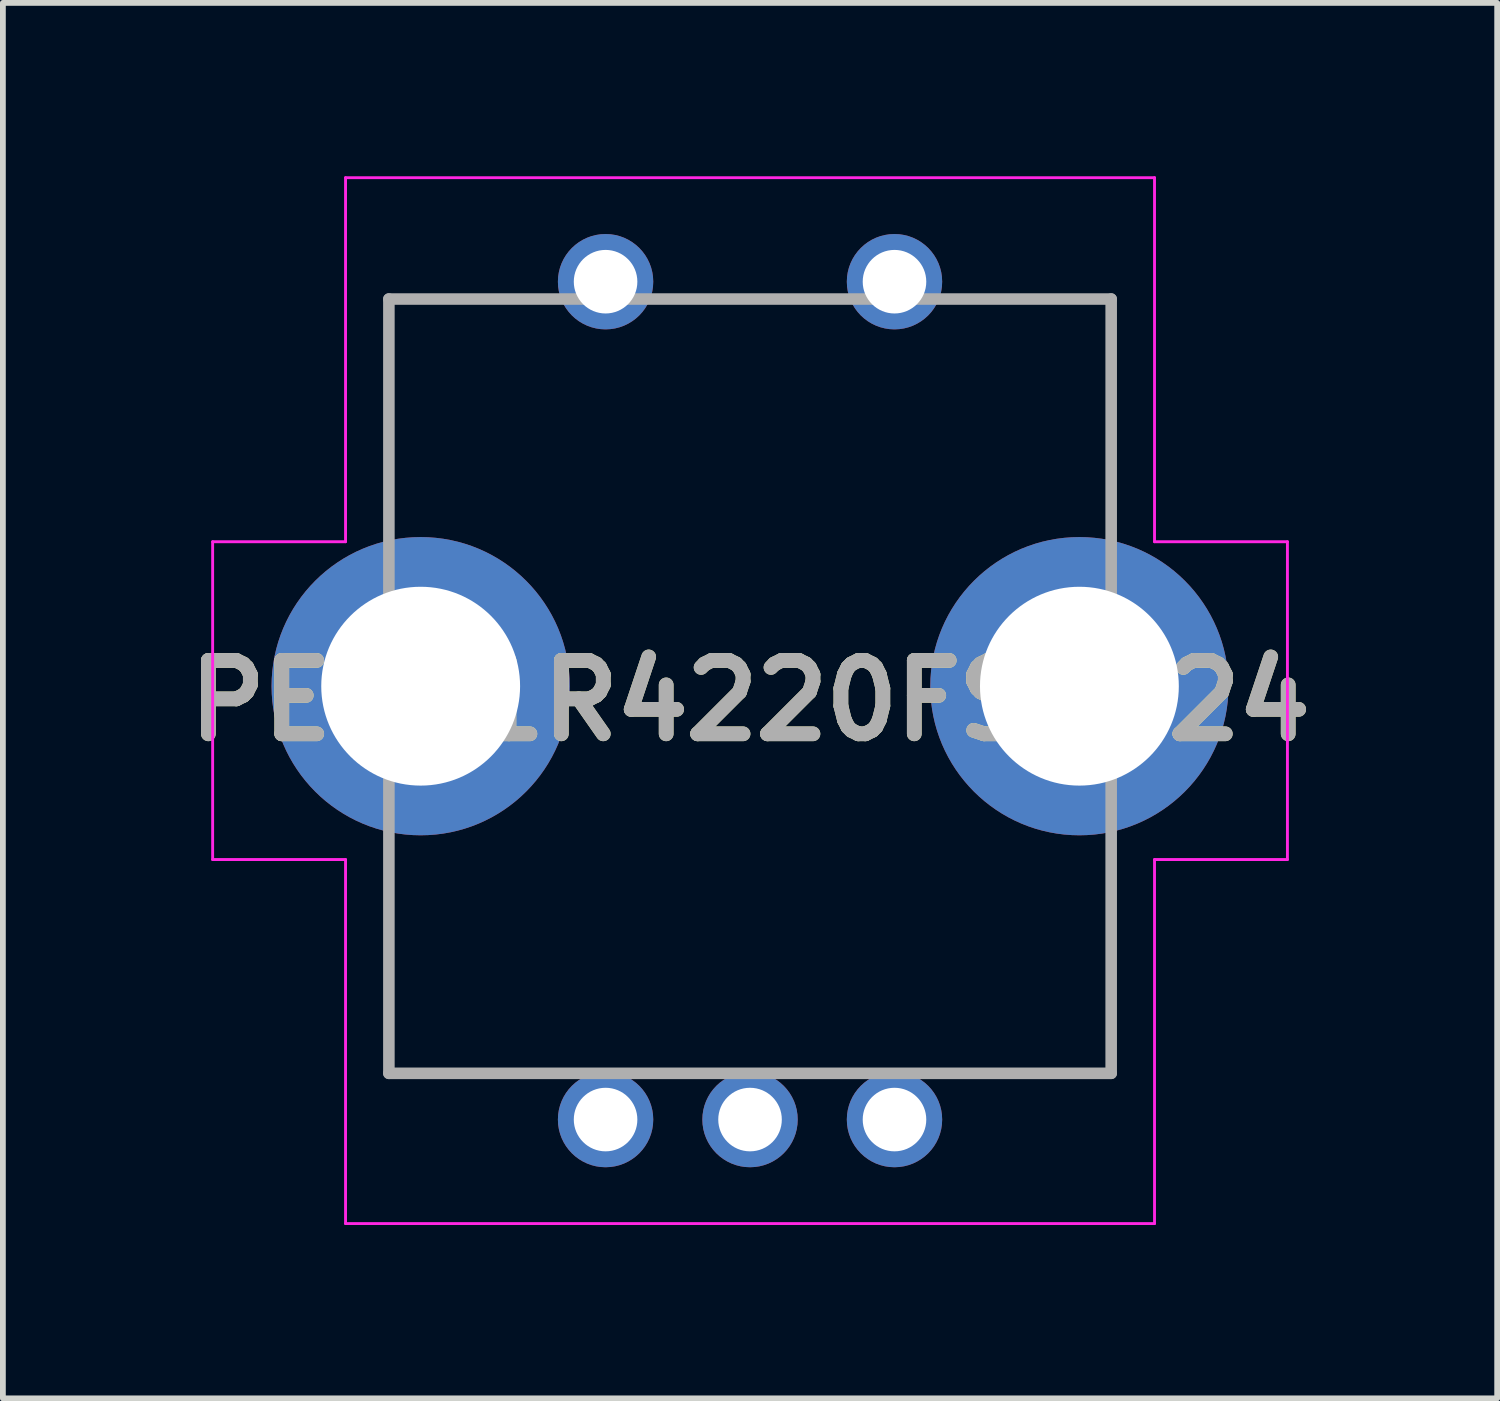
<source format=kicad_pcb>
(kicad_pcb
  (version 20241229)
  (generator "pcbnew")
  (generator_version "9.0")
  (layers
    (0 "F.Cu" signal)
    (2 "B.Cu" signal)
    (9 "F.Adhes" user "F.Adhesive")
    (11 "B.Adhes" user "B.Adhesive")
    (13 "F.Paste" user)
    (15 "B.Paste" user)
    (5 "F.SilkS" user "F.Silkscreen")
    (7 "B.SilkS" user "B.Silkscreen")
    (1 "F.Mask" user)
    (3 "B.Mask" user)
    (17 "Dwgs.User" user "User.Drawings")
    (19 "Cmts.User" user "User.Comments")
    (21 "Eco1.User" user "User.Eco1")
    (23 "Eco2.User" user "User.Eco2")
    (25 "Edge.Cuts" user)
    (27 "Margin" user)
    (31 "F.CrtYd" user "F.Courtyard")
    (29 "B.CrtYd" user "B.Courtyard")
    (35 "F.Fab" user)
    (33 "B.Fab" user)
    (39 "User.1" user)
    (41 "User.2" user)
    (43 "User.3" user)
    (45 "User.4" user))
  (footprint "PEC11R4220FS0024"
    (layer "F.Cu")
    (at 7.43 1.825)
    (property "Reference" "PEC11R4220FS0024" (at 2.5 7.25 0) (layer "F.SilkS") (effects (font (size 1.27 1.27) (thickness 0.254))))
    (attr through_hole)
    (fp_line (start -3.75 0.3) (end -1.5 0.3) (stroke (width 0.1) (type solid)) (layer "F.SilkS"))
    (fp_line (start -3.75 4) (end -3.75 0.3) (stroke (width 0.1) (type solid)) (layer "F.SilkS"))
    (fp_line (start -3.75 10) (end -3.75 13.7) (stroke (width 0.1) (type solid)) (layer "F.SilkS"))
    (fp_line (start -3.75 13.7) (end -1.5 13.7) (stroke (width 0.1) (type solid)) (layer "F.SilkS"))
    (fp_line (start 6.5 0.3) (end 8.75 0.3) (stroke (width 0.1) (type solid)) (layer "F.SilkS"))
    (fp_line (start 6.5 13.7) (end 8.75 13.7) (stroke (width 0.1) (type solid)) (layer "F.SilkS"))
    (fp_line (start 8.75 0.3) (end 8.75 4) (stroke (width 0.1) (type solid)) (layer "F.SilkS"))
    (fp_line (start 8.75 13.7) (end 8.75 10) (stroke (width 0.1) (type solid)) (layer "F.SilkS"))
    (fp_line (start -6.8 4.5) (end -4.5 4.5) (stroke (width 0.05) (type default)) (layer "F.CrtYd"))
    (fp_line (start -6.8 10) (end -6.8 4.5) (stroke (width 0.05) (type default)) (layer "F.CrtYd"))
    (fp_line (start -6.8 10) (end -4.5 10) (stroke (width 0.05) (type default)) (layer "F.CrtYd"))
    (fp_line (start -4.5 -1.8) (end 9.5 -1.8) (stroke (width 0.05) (type default)) (layer "F.CrtYd"))
    (fp_line (start -4.5 4.5) (end -4.5 -1.8) (stroke (width 0.05) (type default)) (layer "F.CrtYd"))
    (fp_line (start -4.5 10) (end -4.5 16.3) (stroke (width 0.05) (type default)) (layer "F.CrtYd"))
    (fp_line (start 9.5 4.5) (end 9.5 -1.8) (stroke (width 0.05) (type default)) (layer "F.CrtYd"))
    (fp_line (start 9.5 10) (end 9.5 16.3) (stroke (width 0.05) (type default)) (layer "F.CrtYd"))
    (fp_line (start 9.5 16.3) (end -4.5 16.3) (stroke (width 0.05) (type default)) (layer "F.CrtYd"))
    (fp_line (start 11.8 4.5) (end 9.5 4.5) (stroke (width 0.05) (type default)) (layer "F.CrtYd"))
    (fp_line (start 11.8 4.5) (end 11.8 10) (stroke (width 0.05) (type default)) (layer "F.CrtYd"))
    (fp_line (start 11.8 10) (end 9.5 10) (stroke (width 0.05) (type default)) (layer "F.CrtYd"))
    (fp_line (start -3.75 0.3) (end 8.75 0.3) (stroke (width 0.2) (type solid)) (layer "F.Fab"))
    (fp_line (start -3.75 13.7) (end -3.75 0.3) (stroke (width 0.2) (type solid)) (layer "F.Fab"))
    (fp_line (start 8.75 0.3) (end 8.75 13.7) (stroke (width 0.2) (type solid)) (layer "F.Fab"))
    (fp_line (start 8.75 13.7) (end -3.75 13.7) (stroke (width 0.2) (type solid)) (layer "F.Fab"))
    (fp_text user "${REFERENCE}" (at 2.5 7.25 0) (layer "F.Fab") (effects (font (size 1.27 1.27) (thickness 0.254))))
    (pad "1" thru_hole circle (at 0 0) (size 1.65 1.65) (drill 1.1) (layers "*.Cu" "*.Mask"))
    (pad "2" thru_hole circle (at 5 0) (size 1.65 1.65) (drill 1.1) (layers "*.Cu" "*.Mask"))
    (pad "A1" thru_hole circle (at 0 14.5) (size 1.65 1.65) (drill 1.1) (layers "*.Cu" "*.Mask"))
    (pad "B1" thru_hole circle (at 5 14.5) (size 1.65 1.65) (drill 1.1) (layers "*.Cu" "*.Mask"))
    (pad "C1" thru_hole circle (at 2.5 14.5) (size 1.65 1.65) (drill 1.1) (layers "*.Cu" "*.Mask"))
    (pad "MH1" thru_hole circle (at -3.2 7) (size 5.161 5.161) (drill 3.441) (layers "*.Cu" "*.Mask"))
    (pad "MH2" thru_hole circle (at 8.2 7) (size 5.161 5.161) (drill 3.441) (layers "*.Cu" "*.Mask")))
  (gr_rect
    (start -3 -3)
    (end 22.86 21.15)
    (stroke (width 0.1) (type default))
    (fill no)
    (layer "Edge.Cuts")))
</source>
